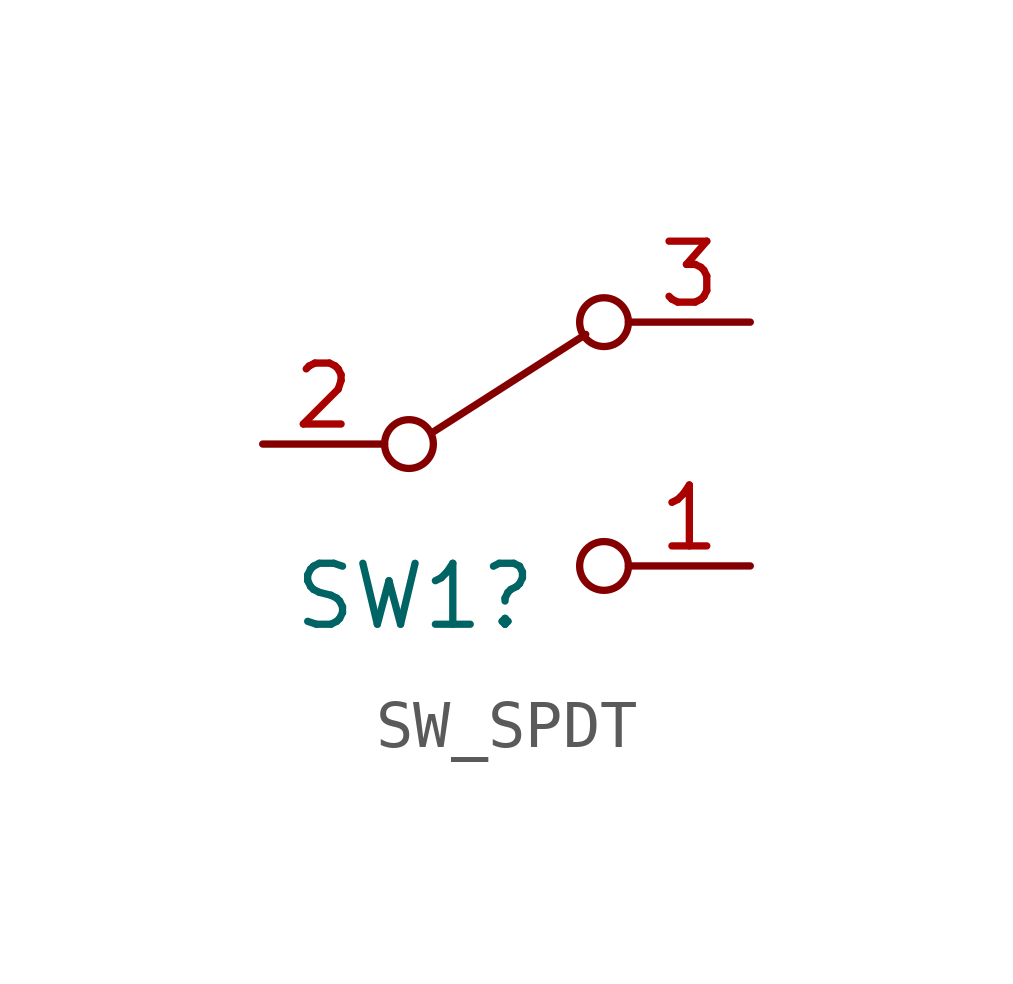
<source format=kicad_sym>
(kicad_symbol_lib
  (version 20211014)
  (generator kicad_symbol_editor)
  (symbol "SW_SPDT"
    (pin_names
      (offset 0) hide)
    (property "Reference" "SW1"
      (at -1.905 -3.175 0)
      (effects (font (size 1.27 1.27))))
    (symbol "SW_SPDT_0_0"
      (circle (center -2.032 0) (radius 0.508) (stroke (width 0) (type default) (color 0 0 0 0)) (fill (type none)))
      (circle (center 2.032 -2.54) (radius 0.508) (stroke (width 0) (type default) (color 0 0 0 0)) (fill (type none))))
    (symbol "SW_SPDT_0_1"
      (polyline (pts (xy -1.524 0.254) (xy 1.651 2.286)) (stroke (width 0) (type default) (color 0 0 0 0)) (fill (type none)))
      (circle (center 2.032 2.54) (radius 0.508) (stroke (width 0) (type default) (color 0 0 0 0)) (fill (type none))))
    (symbol "SW_SPDT_1_1"
      (pin passive line (at 5.08 -2.54 180) (length 2.54) (name "A" (effects (font (size 1.27 1.27)))) (number "1" (effects (font (size 1.27 1.27)))))
      (pin passive line (at -5.08 0 0) (length 2.54) (name "B" (effects (font (size 1.27 1.27)))) (number "2" (effects (font (size 1.27 1.27)))))
      (pin passive line (at 5.08 2.54 180) (length 2.54) (name "C" (effects (font (size 1.27 1.27)))) (number "3" (effects (font (size 1.27 1.27))))))))
</source>
